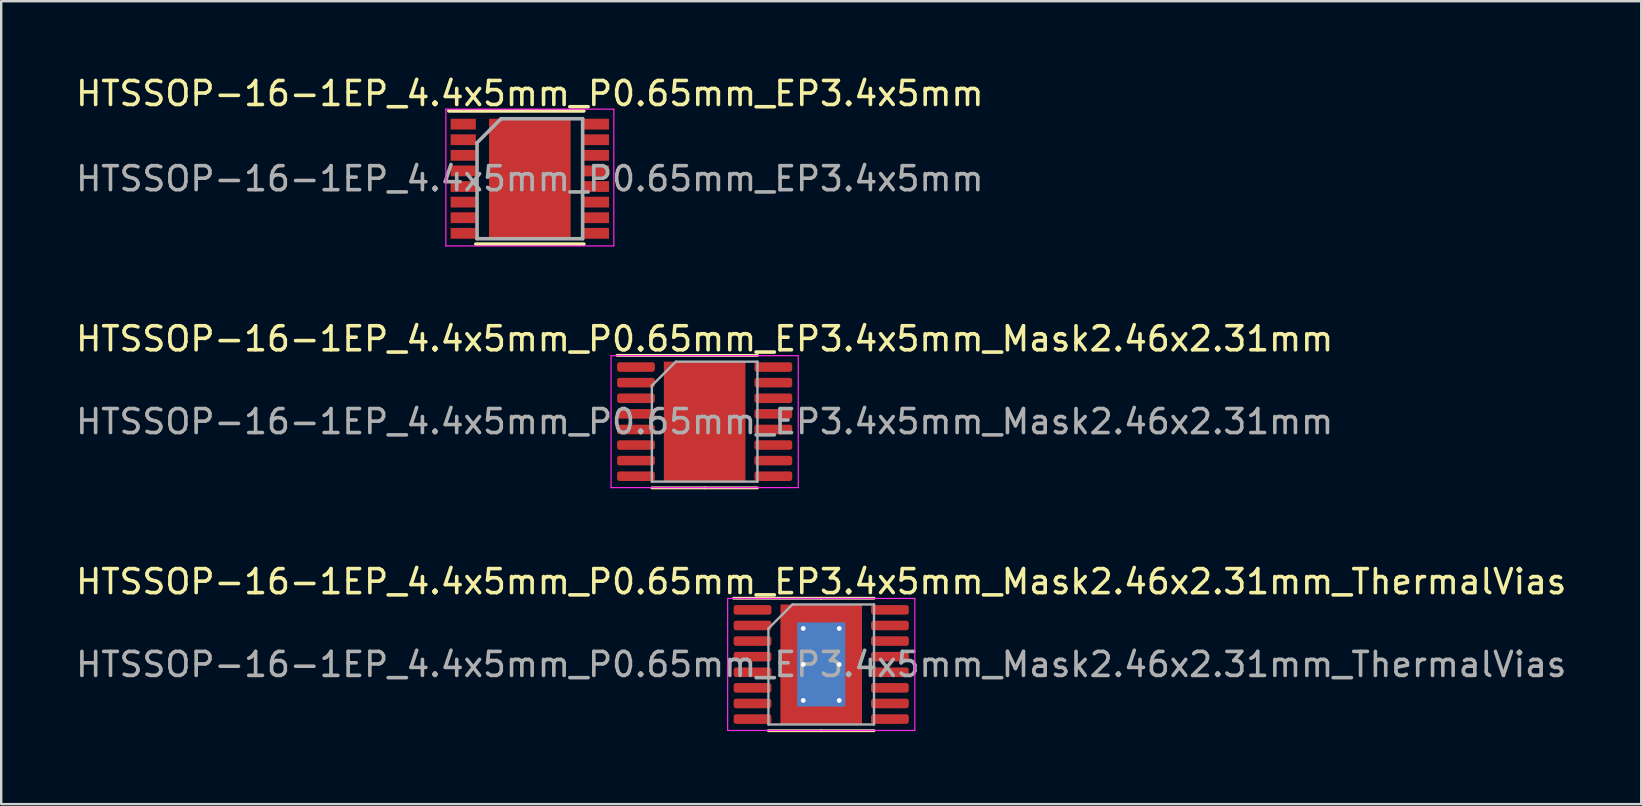
<source format=kicad_pcb>
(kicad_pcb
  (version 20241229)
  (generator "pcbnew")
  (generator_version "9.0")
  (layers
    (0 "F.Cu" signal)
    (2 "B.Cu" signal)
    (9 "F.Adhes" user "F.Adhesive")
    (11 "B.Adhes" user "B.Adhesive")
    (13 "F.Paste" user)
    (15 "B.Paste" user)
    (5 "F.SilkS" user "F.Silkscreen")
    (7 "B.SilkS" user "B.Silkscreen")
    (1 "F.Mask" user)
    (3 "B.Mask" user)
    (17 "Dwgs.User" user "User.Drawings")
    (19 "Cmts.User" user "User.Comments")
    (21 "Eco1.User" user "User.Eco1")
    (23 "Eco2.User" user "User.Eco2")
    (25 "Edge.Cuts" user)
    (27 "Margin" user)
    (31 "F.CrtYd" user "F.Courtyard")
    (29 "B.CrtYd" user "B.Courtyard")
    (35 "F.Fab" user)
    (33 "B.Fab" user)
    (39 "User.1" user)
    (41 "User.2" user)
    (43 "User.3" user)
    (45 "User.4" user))
  (footprint "HTSSOP-16-1EP_4.4x5mm_P0.65mm_EP3.4x5mm_Mask2.46x2.31mm"
    (layer "F.Cu")
    (at 26.315 14.521)
    (property "Reference" "HTSSOP-16-1EP_4.4x5mm_P0.65mm_EP3.4x5mm_Mask2.46x2.31mm" (at 0 -3.45 0) (layer "F.SilkS") (effects (font (size 1 1) (thickness 0.15))))
    (attr smd)
    (fp_line (start 0 -2.76) (end -3.65 -2.76) (stroke (width 0.12) (type solid)) (layer "F.SilkS"))
    (fp_line (start 0 -2.76) (end 2.2 -2.76) (stroke (width 0.12) (type solid)) (layer "F.SilkS"))
    (fp_line (start 0 2.76) (end -2.2 2.76) (stroke (width 0.12) (type solid)) (layer "F.SilkS"))
    (fp_line (start 0 2.76) (end 2.2 2.76) (stroke (width 0.12) (type solid)) (layer "F.SilkS"))
    (fp_line (start -3.9 -2.75) (end -3.9 2.75) (stroke (width 0.05) (type solid)) (layer "F.CrtYd"))
    (fp_line (start -3.9 2.75) (end 3.9 2.75) (stroke (width 0.05) (type solid)) (layer "F.CrtYd"))
    (fp_line (start 3.9 -2.75) (end -3.9 -2.75) (stroke (width 0.05) (type solid)) (layer "F.CrtYd"))
    (fp_line (start 3.9 2.75) (end 3.9 -2.75) (stroke (width 0.05) (type solid)) (layer "F.CrtYd"))
    (fp_line (start -2.2 -1.5) (end -1.2 -2.5) (stroke (width 0.1) (type solid)) (layer "F.Fab"))
    (fp_line (start -2.2 2.5) (end -2.2 -1.5) (stroke (width 0.1) (type solid)) (layer "F.Fab"))
    (fp_line (start -1.2 -2.5) (end 2.2 -2.5) (stroke (width 0.1) (type solid)) (layer "F.Fab"))
    (fp_line (start 2.2 -2.5) (end 2.2 2.5) (stroke (width 0.1) (type solid)) (layer "F.Fab"))
    (fp_line (start 2.2 2.5) (end -2.2 2.5) (stroke (width 0.1) (type solid)) (layer "F.Fab"))
    (fp_text user "${REFERENCE}" (at 0 0 0) (layer "F.Fab") (effects (font (size 1 1) (thickness 0.15))))
    (pad "" smd roundrect (at 0 -0.58) (size 1.98 0.93) (layers "F.Paste") (roundrect_rratio 0.25))
    (pad "" smd rect (at 0 0) (size 2.46 2.31) (layers "F.Mask"))
    (pad "" smd roundrect (at 0 0.58) (size 1.98 0.93) (layers "F.Paste") (roundrect_rratio 0.25))
    (pad "1" smd roundrect (at -2.862 -2.275) (size 1.575 0.4) (layers "F.Cu" "F.Mask" "F.Paste") (roundrect_rratio 0.25))
    (pad "2" smd roundrect (at -2.862 -1.625) (size 1.575 0.4) (layers "F.Cu" "F.Mask" "F.Paste") (roundrect_rratio 0.25))
    (pad "3" smd roundrect (at -2.862 -0.975) (size 1.575 0.4) (layers "F.Cu" "F.Mask" "F.Paste") (roundrect_rratio 0.25))
    (pad "4" smd roundrect (at -2.862 -0.325) (size 1.575 0.4) (layers "F.Cu" "F.Mask" "F.Paste") (roundrect_rratio 0.25))
    (pad "5" smd roundrect (at -2.862 0.325) (size 1.575 0.4) (layers "F.Cu" "F.Mask" "F.Paste") (roundrect_rratio 0.25))
    (pad "6" smd roundrect (at -2.862 0.975) (size 1.575 0.4) (layers "F.Cu" "F.Mask" "F.Paste") (roundrect_rratio 0.25))
    (pad "7" smd roundrect (at -2.862 1.625) (size 1.575 0.4) (layers "F.Cu" "F.Mask" "F.Paste") (roundrect_rratio 0.25))
    (pad "8" smd roundrect (at -2.862 2.275) (size 1.575 0.4) (layers "F.Cu" "F.Mask" "F.Paste") (roundrect_rratio 0.25))
    (pad "9" smd roundrect (at 2.862 2.275) (size 1.575 0.4) (layers "F.Cu" "F.Mask" "F.Paste") (roundrect_rratio 0.25))
    (pad "10" smd roundrect (at 2.862 1.625) (size 1.575 0.4) (layers "F.Cu" "F.Mask" "F.Paste") (roundrect_rratio 0.25))
    (pad "11" smd roundrect (at 2.862 0.975) (size 1.575 0.4) (layers "F.Cu" "F.Mask" "F.Paste") (roundrect_rratio 0.25))
    (pad "12" smd roundrect (at 2.862 0.325) (size 1.575 0.4) (layers "F.Cu" "F.Mask" "F.Paste") (roundrect_rratio 0.25))
    (pad "13" smd roundrect (at 2.862 -0.325) (size 1.575 0.4) (layers "F.Cu" "F.Mask" "F.Paste") (roundrect_rratio 0.25))
    (pad "14" smd roundrect (at 2.862 -0.975) (size 1.575 0.4) (layers "F.Cu" "F.Mask" "F.Paste") (roundrect_rratio 0.25))
    (pad "15" smd roundrect (at 2.862 -1.625) (size 1.575 0.4) (layers "F.Cu" "F.Mask" "F.Paste") (roundrect_rratio 0.25))
    (pad "16" smd roundrect (at 2.862 -2.275) (size 1.575 0.4) (layers "F.Cu" "F.Mask" "F.Paste") (roundrect_rratio 0.25))
    (pad "17" smd rect (at 0 0) (size 3.4 5) (layers "F.Cu")))
  (footprint "HTSSOP-16-1EP_4.4x5mm_P0.65mm_EP3.4x5mm"
    (layer "F.Cu")
    (at 19.03 4.398)
    (property "Reference" "HTSSOP-16-1EP_4.4x5mm_P0.65mm_EP3.4x5mm" (at 0 -3.55 0) (layer "F.SilkS") (effects (font (size 1 1) (thickness 0.15))))
    (attr smd)
    (fp_line (start -3.375 -2.825) (end 2.25 -2.825) (stroke (width 0.15) (type solid)) (layer "F.SilkS"))
    (fp_line (start -2.25 2.725) (end 2.25 2.725) (stroke (width 0.15) (type solid)) (layer "F.SilkS"))
    (fp_line (start -3.5 -2.9) (end -3.5 2.8) (stroke (width 0.05) (type solid)) (layer "F.CrtYd"))
    (fp_line (start -3.5 -2.9) (end 3.5 -2.9) (stroke (width 0.05) (type solid)) (layer "F.CrtYd"))
    (fp_line (start -3.5 2.8) (end 3.5 2.8) (stroke (width 0.05) (type solid)) (layer "F.CrtYd"))
    (fp_line (start 3.5 -2.9) (end 3.5 2.8) (stroke (width 0.05) (type solid)) (layer "F.CrtYd"))
    (fp_line (start -2.2 -1.5) (end -1.2 -2.5) (stroke (width 0.15) (type solid)) (layer "F.Fab"))
    (fp_line (start -2.2 2.5) (end -2.2 -1.5) (stroke (width 0.15) (type solid)) (layer "F.Fab"))
    (fp_line (start -1.2 -2.5) (end 2.2 -2.5) (stroke (width 0.15) (type solid)) (layer "F.Fab"))
    (fp_line (start 2.2 -2.5) (end 2.2 2.5) (stroke (width 0.15) (type solid)) (layer "F.Fab"))
    (fp_line (start 2.2 2.5) (end -2.2 2.5) (stroke (width 0.15) (type solid)) (layer "F.Fab"))
    (fp_text user "${REFERENCE}" (at 0 0 0) (layer "F.Fab") (effects (font (size 1 1) (thickness 0.15))))
    (pad "" smd rect (at -1.133 -1.875) (size 0.88 1.05) (layers "F.Paste"))
    (pad "" smd rect (at -1.133 -0.625) (size 0.88 1.05) (layers "F.Paste"))
    (pad "" smd rect (at -1.133 0.625) (size 0.88 1.05) (layers "F.Paste"))
    (pad "" smd rect (at -1.133 1.875) (size 0.88 1.05) (layers "F.Paste"))
    (pad "" smd rect (at 0 -1.875) (size 0.88 1.05) (layers "F.Paste"))
    (pad "" smd rect (at 0 -0.625) (size 0.88 1.05) (layers "F.Paste"))
    (pad "" smd rect (at 0 0.625) (size 0.88 1.05) (layers "F.Paste"))
    (pad "" smd rect (at 0 1.875) (size 0.88 1.05) (layers "F.Paste"))
    (pad "" smd rect (at 1.133 -1.875) (size 0.88 1.05) (layers "F.Paste"))
    (pad "" smd rect (at 1.133 -0.625) (size 0.88 1.05) (layers "F.Paste"))
    (pad "" smd rect (at 1.133 0.625) (size 0.88 1.05) (layers "F.Paste"))
    (pad "" smd rect (at 1.133 1.875) (size 0.88 1.05) (layers "F.Paste"))
    (pad "1" smd rect (at -2.775 -2.275) (size 1.05 0.45) (layers "F.Cu" "F.Mask" "F.Paste"))
    (pad "2" smd rect (at -2.775 -1.625) (size 1.05 0.45) (layers "F.Cu" "F.Mask" "F.Paste"))
    (pad "3" smd rect (at -2.775 -0.975) (size 1.05 0.45) (layers "F.Cu" "F.Mask" "F.Paste"))
    (pad "4" smd rect (at -2.775 -0.325) (size 1.05 0.45) (layers "F.Cu" "F.Mask" "F.Paste"))
    (pad "5" smd rect (at -2.775 0.325) (size 1.05 0.45) (layers "F.Cu" "F.Mask" "F.Paste"))
    (pad "6" smd rect (at -2.775 0.975) (size 1.05 0.45) (layers "F.Cu" "F.Mask" "F.Paste"))
    (pad "7" smd rect (at -2.775 1.625) (size 1.05 0.45) (layers "F.Cu" "F.Mask" "F.Paste"))
    (pad "8" smd rect (at -2.775 2.275) (size 1.05 0.45) (layers "F.Cu" "F.Mask" "F.Paste"))
    (pad "9" smd rect (at 2.775 2.275) (size 1.05 0.45) (layers "F.Cu" "F.Mask" "F.Paste"))
    (pad "10" smd rect (at 2.775 1.625) (size 1.05 0.45) (layers "F.Cu" "F.Mask" "F.Paste"))
    (pad "11" smd rect (at 2.775 0.975) (size 1.05 0.45) (layers "F.Cu" "F.Mask" "F.Paste"))
    (pad "12" smd rect (at 2.775 0.325) (size 1.05 0.45) (layers "F.Cu" "F.Mask" "F.Paste"))
    (pad "13" smd rect (at 2.775 -0.325) (size 1.05 0.45) (layers "F.Cu" "F.Mask" "F.Paste"))
    (pad "14" smd rect (at 2.775 -0.975) (size 1.05 0.45) (layers "F.Cu" "F.Mask" "F.Paste"))
    (pad "15" smd rect (at 2.775 -1.625) (size 1.05 0.45) (layers "F.Cu" "F.Mask" "F.Paste"))
    (pad "16" smd rect (at 2.775 -2.275) (size 1.05 0.45) (layers "F.Cu" "F.Mask" "F.Paste"))
    (pad "17" smd rect (at 0 0) (size 3.4 5) (layers "F.Cu" "F.Mask")))
  (footprint "HTSSOP-16-1EP_4.4x5mm_P0.65mm_EP3.4x5mm_Mask2.46x2.31mm_ThermalVias"
    (layer "F.Cu")
    (at 31.173 24.64)
    (property "Reference" "HTSSOP-16-1EP_4.4x5mm_P0.65mm_EP3.4x5mm_Mask2.46x2.31mm_ThermalVias" (at 0 -3.45 0) (layer "F.SilkS") (effects (font (size 1 1) (thickness 0.15))))
    (attr smd)
    (fp_line (start 0 -2.76) (end -3.65 -2.76) (stroke (width 0.12) (type solid)) (layer "F.SilkS"))
    (fp_line (start 0 -2.76) (end 2.2 -2.76) (stroke (width 0.12) (type solid)) (layer "F.SilkS"))
    (fp_line (start 0 2.76) (end -2.2 2.76) (stroke (width 0.12) (type solid)) (layer "F.SilkS"))
    (fp_line (start 0 2.76) (end 2.2 2.76) (stroke (width 0.12) (type solid)) (layer "F.SilkS"))
    (fp_line (start -3.9 -2.75) (end -3.9 2.75) (stroke (width 0.05) (type solid)) (layer "F.CrtYd"))
    (fp_line (start -3.9 2.75) (end 3.9 2.75) (stroke (width 0.05) (type solid)) (layer "F.CrtYd"))
    (fp_line (start 3.9 -2.75) (end -3.9 -2.75) (stroke (width 0.05) (type solid)) (layer "F.CrtYd"))
    (fp_line (start 3.9 2.75) (end 3.9 -2.75) (stroke (width 0.05) (type solid)) (layer "F.CrtYd"))
    (fp_line (start -2.2 -1.5) (end -1.2 -2.5) (stroke (width 0.1) (type solid)) (layer "F.Fab"))
    (fp_line (start -2.2 2.5) (end -2.2 -1.5) (stroke (width 0.1) (type solid)) (layer "F.Fab"))
    (fp_line (start -1.2 -2.5) (end 2.2 -2.5) (stroke (width 0.1) (type solid)) (layer "F.Fab"))
    (fp_line (start 2.2 -2.5) (end 2.2 2.5) (stroke (width 0.1) (type solid)) (layer "F.Fab"))
    (fp_line (start 2.2 2.5) (end -2.2 2.5) (stroke (width 0.1) (type solid)) (layer "F.Fab"))
    (fp_text user "${REFERENCE}" (at 0 0 0) (layer "F.Fab") (effects (font (size 1 1) (thickness 0.15))))
    (pad "" smd roundrect (at 0 -0.58) (size 1.98 0.93) (layers "F.Paste") (roundrect_rratio 0.25))
    (pad "" smd rect (at 0 0) (size 2.46 2.31) (layers "F.Mask"))
    (pad "" smd roundrect (at 0 0.58) (size 1.98 0.93) (layers "F.Paste") (roundrect_rratio 0.25))
    (pad "1" smd roundrect (at -2.862 -2.275) (size 1.575 0.4) (layers "F.Cu" "F.Mask" "F.Paste") (roundrect_rratio 0.25))
    (pad "2" smd roundrect (at -2.862 -1.625) (size 1.575 0.4) (layers "F.Cu" "F.Mask" "F.Paste") (roundrect_rratio 0.25))
    (pad "3" smd roundrect (at -2.862 -0.975) (size 1.575 0.4) (layers "F.Cu" "F.Mask" "F.Paste") (roundrect_rratio 0.25))
    (pad "4" smd roundrect (at -2.862 -0.325) (size 1.575 0.4) (layers "F.Cu" "F.Mask" "F.Paste") (roundrect_rratio 0.25))
    (pad "5" smd roundrect (at -2.862 0.325) (size 1.575 0.4) (layers "F.Cu" "F.Mask" "F.Paste") (roundrect_rratio 0.25))
    (pad "6" smd roundrect (at -2.862 0.975) (size 1.575 0.4) (layers "F.Cu" "F.Mask" "F.Paste") (roundrect_rratio 0.25))
    (pad "7" smd roundrect (at -2.862 1.625) (size 1.575 0.4) (layers "F.Cu" "F.Mask" "F.Paste") (roundrect_rratio 0.25))
    (pad "8" smd roundrect (at -2.862 2.275) (size 1.575 0.4) (layers "F.Cu" "F.Mask" "F.Paste") (roundrect_rratio 0.25))
    (pad "9" smd roundrect (at 2.862 2.275) (size 1.575 0.4) (layers "F.Cu" "F.Mask" "F.Paste") (roundrect_rratio 0.25))
    (pad "10" smd roundrect (at 2.862 1.625) (size 1.575 0.4) (layers "F.Cu" "F.Mask" "F.Paste") (roundrect_rratio 0.25))
    (pad "11" smd roundrect (at 2.862 0.975) (size 1.575 0.4) (layers "F.Cu" "F.Mask" "F.Paste") (roundrect_rratio 0.25))
    (pad "12" smd roundrect (at 2.862 0.325) (size 1.575 0.4) (layers "F.Cu" "F.Mask" "F.Paste") (roundrect_rratio 0.25))
    (pad "13" smd roundrect (at 2.862 -0.325) (size 1.575 0.4) (layers "F.Cu" "F.Mask" "F.Paste") (roundrect_rratio 0.25))
    (pad "14" smd roundrect (at 2.862 -0.975) (size 1.575 0.4) (layers "F.Cu" "F.Mask" "F.Paste") (roundrect_rratio 0.25))
    (pad "15" smd roundrect (at 2.862 -1.625) (size 1.575 0.4) (layers "F.Cu" "F.Mask" "F.Paste") (roundrect_rratio 0.25))
    (pad "16" smd roundrect (at 2.862 -2.275) (size 1.575 0.4) (layers "F.Cu" "F.Mask" "F.Paste") (roundrect_rratio 0.25))
    (pad "17" thru_hole circle (at -0.75 -1.5) (size 0.5 0.5) (drill 0.2) (layers "*.Cu"))
    (pad "17" thru_hole circle (at -0.75 0) (size 0.5 0.5) (drill 0.2) (layers "*.Cu"))
    (pad "17" thru_hole circle (at -0.75 1.5) (size 0.5 0.5) (drill 0.2) (layers "*.Cu"))
    (pad "17" smd rect (at 0 0) (size 2 3.5) (layers "B.Cu"))
    (pad "17" smd rect (at 0 0) (size 3.4 5) (layers "F.Cu"))
    (pad "17" thru_hole circle (at 0.75 -1.5) (size 0.5 0.5) (drill 0.2) (layers "*.Cu"))
    (pad "17" thru_hole circle (at 0.75 0) (size 0.5 0.5) (drill 0.2) (layers "*.Cu"))
    (pad "17" thru_hole circle (at 0.75 1.5) (size 0.5 0.5) (drill 0.2) (layers "*.Cu")))
  (gr_rect
    (start -3 -3)
    (end 65.345 30.46)
    (stroke (width 0.1) (type default))
    (fill no)
    (layer "Edge.Cuts")))
</source>
